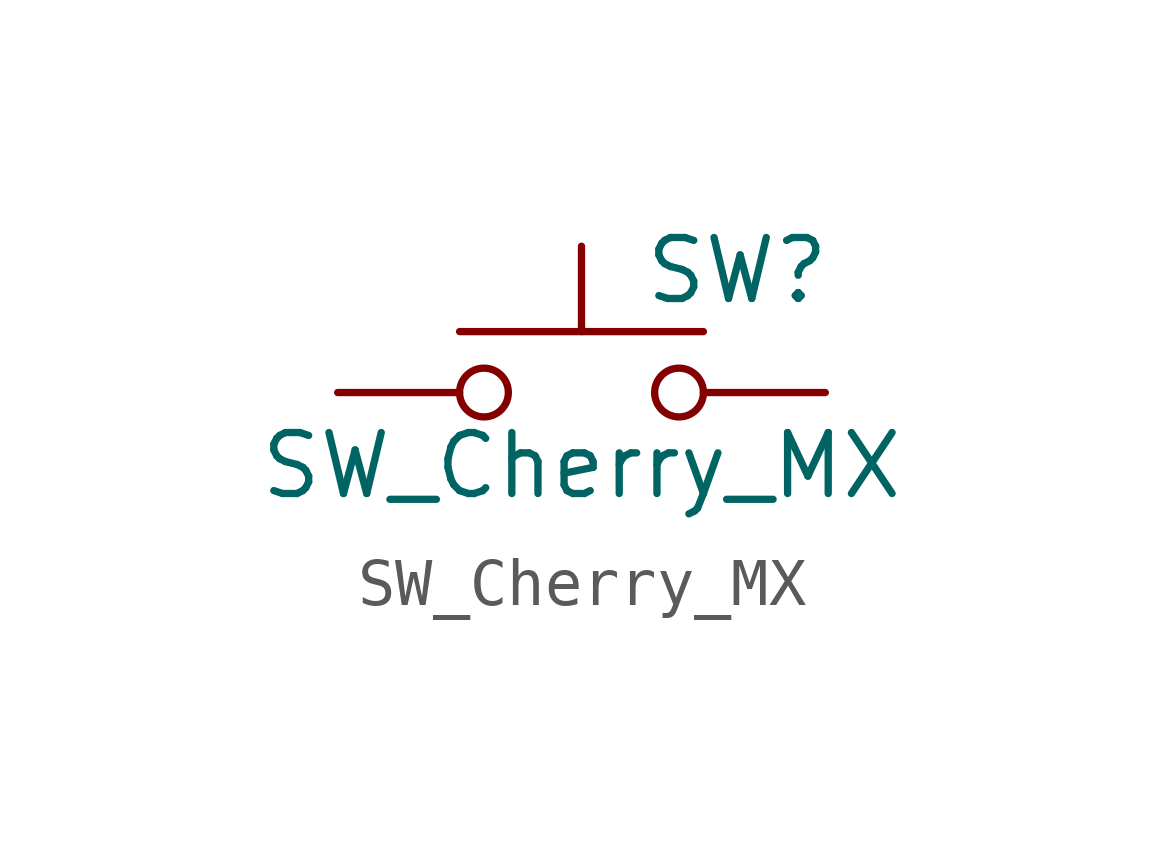
<source format=kicad_sym>
(kicad_symbol_lib
  (version 20220914)
  (generator kicad_symbol_editor)
  (symbol "SW_Cherry_MX"
    (pin_numbers hide)
    (pin_names
      (offset 1.016) hide)
    (property "Reference" "SW"
      (at 1.27 2.54 0)
      (effects (font (size 1.27 1.27)) (justify left)))
    (property "Value" "SW_Cherry_MX"
      (at 0 -1.524 0)
      (effects (font (size 1.27 1.27))))
    (symbol "SW_Cherry_MX_0_1"
      (circle (center -2.032 0) (radius 0.508) (stroke (width 0) (type default)) (fill (type none)))
      (polyline (pts (xy 0 1.27) (xy 0 3.048)) (stroke (width 0) (type default)) (fill (type none)))
      (polyline (pts (xy 2.54 1.27) (xy -2.54 1.27)) (stroke (width 0) (type default)) (fill (type none)))
      (circle (center 2.032 0) (radius 0.508) (stroke (width 0) (type default)) (fill (type none)))
      (pin passive line (at -5.08 0 0) (length 2.54) (name "1" (effects (font (size 1.27 1.27)))) (number "1" (effects (font (size 1.27 1.27)))))
      (pin passive line (at 5.08 0 180) (length 2.54) (name "2" (effects (font (size 1.27 1.27)))) (number "2" (effects (font (size 1.27 1.27))))))))
</source>
